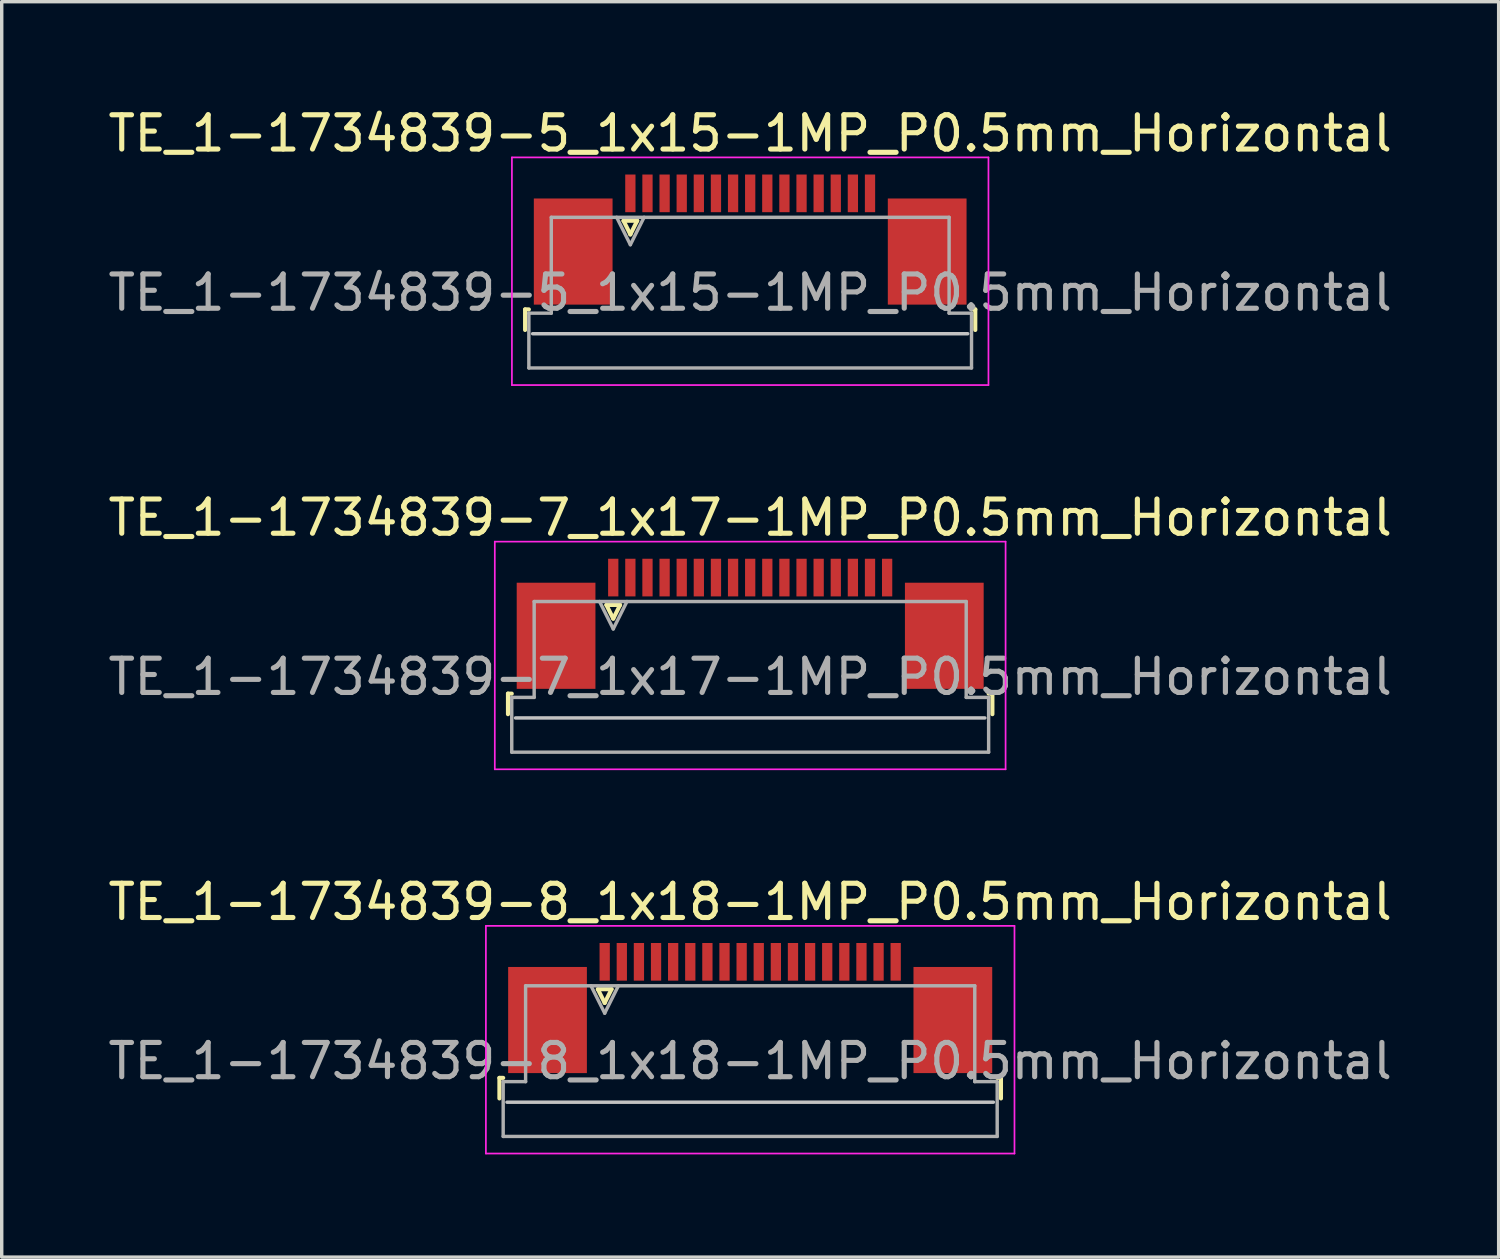
<source format=kicad_pcb>
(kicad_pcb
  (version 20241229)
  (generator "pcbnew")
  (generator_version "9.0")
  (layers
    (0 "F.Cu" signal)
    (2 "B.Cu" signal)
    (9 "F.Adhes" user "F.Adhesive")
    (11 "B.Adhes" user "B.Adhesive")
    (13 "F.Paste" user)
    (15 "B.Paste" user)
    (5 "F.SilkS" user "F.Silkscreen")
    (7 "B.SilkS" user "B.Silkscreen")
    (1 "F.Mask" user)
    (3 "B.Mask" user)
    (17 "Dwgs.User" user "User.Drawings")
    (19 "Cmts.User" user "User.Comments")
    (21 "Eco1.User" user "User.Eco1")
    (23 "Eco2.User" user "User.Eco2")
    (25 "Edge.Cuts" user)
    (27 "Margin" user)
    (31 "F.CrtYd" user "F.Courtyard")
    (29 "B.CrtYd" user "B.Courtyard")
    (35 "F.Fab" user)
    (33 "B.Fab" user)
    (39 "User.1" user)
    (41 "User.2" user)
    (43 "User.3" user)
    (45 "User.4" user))
  (footprint "TE_1-1734839-5_1x15-1MP_P0.5mm_Horizontal"
    (layer "F.Cu")
    (at 18.863 3.948)
    (property "Reference" "TE_1-1734839-5_1x15-1MP_P0.5mm_Horizontal" (at 0 -3.1 0) (layer "F.SilkS") (effects (font (size 1 1) (thickness 0.15))))
    (attr smd)
    (fp_line (start -6.575 2.04) (end -6.575 2.64) (stroke (width 0.12) (type solid)) (layer "F.SilkS"))
    (fp_line (start -6.465 2.04) (end -6.575 2.04) (stroke (width 0.12) (type solid)) (layer "F.SilkS"))
    (fp_line (start -3.7 -0.55) (end -3.5 -0.15) (stroke (width 0.12) (type solid)) (layer "F.SilkS"))
    (fp_line (start -3.5 -0.15) (end -3.3 -0.55) (stroke (width 0.12) (type solid)) (layer "F.SilkS"))
    (fp_line (start -3.3 -0.55) (end -3.7 -0.55) (stroke (width 0.12) (type solid)) (layer "F.SilkS"))
    (fp_line (start 6.465 2.04) (end 6.575 2.04) (stroke (width 0.12) (type solid)) (layer "F.SilkS"))
    (fp_line (start 6.575 2.04) (end 6.575 2.64) (stroke (width 0.12) (type solid)) (layer "F.SilkS"))
    (fp_line (start 6.355 2.75) (end -6.355 2.75) (stroke (width 0.1) (type solid)) (layer "Dwgs.User"))
    (fp_line (start -6.96 -2.4) (end -6.96 4.25) (stroke (width 0.05) (type solid)) (layer "F.CrtYd"))
    (fp_line (start -6.96 4.25) (end 6.96 4.25) (stroke (width 0.05) (type solid)) (layer "F.CrtYd"))
    (fp_line (start 6.96 -2.4) (end -6.96 -2.4) (stroke (width 0.05) (type solid)) (layer "F.CrtYd"))
    (fp_line (start 6.96 4.25) (end 6.96 -2.4) (stroke (width 0.05) (type solid)) (layer "F.CrtYd"))
    (fp_line (start -6.465 2.15) (end -5.81 2.15) (stroke (width 0.1) (type solid)) (layer "F.Fab"))
    (fp_line (start -6.465 3.75) (end -6.465 2.15) (stroke (width 0.1) (type solid)) (layer "F.Fab"))
    (fp_line (start -5.81 -0.65) (end 5.81 -0.65) (stroke (width 0.1) (type solid)) (layer "F.Fab"))
    (fp_line (start -5.81 2.15) (end -5.81 -0.65) (stroke (width 0.1) (type solid)) (layer "F.Fab"))
    (fp_line (start -3.9 -0.65) (end -3.5 0.15) (stroke (width 0.1) (type solid)) (layer "F.Fab"))
    (fp_line (start -3.5 0.15) (end -3.1 -0.65) (stroke (width 0.1) (type solid)) (layer "F.Fab"))
    (fp_line (start 5.81 -0.65) (end 5.81 2.15) (stroke (width 0.1) (type solid)) (layer "F.Fab"))
    (fp_line (start 5.81 2.15) (end 6.465 2.15) (stroke (width 0.1) (type solid)) (layer "F.Fab"))
    (fp_line (start 6.465 2.15) (end 6.465 3.75) (stroke (width 0.1) (type solid)) (layer "F.Fab"))
    (fp_line (start 6.465 3.75) (end -6.465 3.75) (stroke (width 0.1) (type solid)) (layer "F.Fab"))
    (fp_text user "${REFERENCE}" (at 0 1.55 0) (layer "F.Fab") (effects (font (size 1 1) (thickness 0.15))))
    (pad "1" smd rect (at -3.5 -1.35) (size 0.3 1.1) (layers "F.Cu" "F.Mask" "F.Paste"))
    (pad "2" smd rect (at -3 -1.35) (size 0.3 1.1) (layers "F.Cu" "F.Mask" "F.Paste"))
    (pad "3" smd rect (at -2.5 -1.35) (size 0.3 1.1) (layers "F.Cu" "F.Mask" "F.Paste"))
    (pad "4" smd rect (at -2 -1.35) (size 0.3 1.1) (layers "F.Cu" "F.Mask" "F.Paste"))
    (pad "5" smd rect (at -1.5 -1.35) (size 0.3 1.1) (layers "F.Cu" "F.Mask" "F.Paste"))
    (pad "6" smd rect (at -1 -1.35) (size 0.3 1.1) (layers "F.Cu" "F.Mask" "F.Paste"))
    (pad "7" smd rect (at -0.5 -1.35) (size 0.3 1.1) (layers "F.Cu" "F.Mask" "F.Paste"))
    (pad "8" smd rect (at 0 -1.35) (size 0.3 1.1) (layers "F.Cu" "F.Mask" "F.Paste"))
    (pad "9" smd rect (at 0.5 -1.35) (size 0.3 1.1) (layers "F.Cu" "F.Mask" "F.Paste"))
    (pad "10" smd rect (at 1 -1.35) (size 0.3 1.1) (layers "F.Cu" "F.Mask" "F.Paste"))
    (pad "11" smd rect (at 1.5 -1.35) (size 0.3 1.1) (layers "F.Cu" "F.Mask" "F.Paste"))
    (pad "12" smd rect (at 2 -1.35) (size 0.3 1.1) (layers "F.Cu" "F.Mask" "F.Paste"))
    (pad "13" smd rect (at 2.5 -1.35) (size 0.3 1.1) (layers "F.Cu" "F.Mask" "F.Paste"))
    (pad "14" smd rect (at 3 -1.35) (size 0.3 1.1) (layers "F.Cu" "F.Mask" "F.Paste"))
    (pad "15" smd rect (at 3.5 -1.35) (size 0.3 1.1) (layers "F.Cu" "F.Mask" "F.Paste"))
    (pad "MP" smd rect (at -5.17 0.35) (size 2.3 3.1) (layers "F.Cu" "F.Mask" "F.Paste"))
    (pad "MP" smd rect (at 5.17 0.35) (size 2.3 3.1) (layers "F.Cu" "F.Mask" "F.Paste")))
  (footprint "TE_1-1734839-8_1x18-1MP_P0.5mm_Horizontal"
    (layer "F.Cu")
    (at 18.863 26.395)
    (property "Reference" "TE_1-1734839-8_1x18-1MP_P0.5mm_Horizontal" (at 0 -3.1 0) (layer "F.SilkS") (effects (font (size 1 1) (thickness 0.15))))
    (attr smd)
    (fp_line (start -7.325 2.04) (end -7.325 2.64) (stroke (width 0.12) (type solid)) (layer "F.SilkS"))
    (fp_line (start -7.215 2.04) (end -7.325 2.04) (stroke (width 0.12) (type solid)) (layer "F.SilkS"))
    (fp_line (start -4.45 -0.55) (end -4.25 -0.15) (stroke (width 0.12) (type solid)) (layer "F.SilkS"))
    (fp_line (start -4.25 -0.15) (end -4.05 -0.55) (stroke (width 0.12) (type solid)) (layer "F.SilkS"))
    (fp_line (start -4.05 -0.55) (end -4.45 -0.55) (stroke (width 0.12) (type solid)) (layer "F.SilkS"))
    (fp_line (start 7.215 2.04) (end 7.325 2.04) (stroke (width 0.12) (type solid)) (layer "F.SilkS"))
    (fp_line (start 7.325 2.04) (end 7.325 2.64) (stroke (width 0.12) (type solid)) (layer "F.SilkS"))
    (fp_line (start 7.105 2.75) (end -7.105 2.75) (stroke (width 0.1) (type solid)) (layer "Dwgs.User"))
    (fp_line (start -7.72 -2.4) (end -7.72 4.25) (stroke (width 0.05) (type solid)) (layer "F.CrtYd"))
    (fp_line (start -7.72 4.25) (end 7.72 4.25) (stroke (width 0.05) (type solid)) (layer "F.CrtYd"))
    (fp_line (start 7.72 -2.4) (end -7.72 -2.4) (stroke (width 0.05) (type solid)) (layer "F.CrtYd"))
    (fp_line (start 7.72 4.25) (end 7.72 -2.4) (stroke (width 0.05) (type solid)) (layer "F.CrtYd"))
    (fp_line (start -7.215 2.15) (end -6.56 2.15) (stroke (width 0.1) (type solid)) (layer "F.Fab"))
    (fp_line (start -7.215 3.75) (end -7.215 2.15) (stroke (width 0.1) (type solid)) (layer "F.Fab"))
    (fp_line (start -6.56 -0.65) (end 6.56 -0.65) (stroke (width 0.1) (type solid)) (layer "F.Fab"))
    (fp_line (start -6.56 2.15) (end -6.56 -0.65) (stroke (width 0.1) (type solid)) (layer "F.Fab"))
    (fp_line (start -4.65 -0.65) (end -4.25 0.15) (stroke (width 0.1) (type solid)) (layer "F.Fab"))
    (fp_line (start -4.25 0.15) (end -3.85 -0.65) (stroke (width 0.1) (type solid)) (layer "F.Fab"))
    (fp_line (start 6.56 -0.65) (end 6.56 2.15) (stroke (width 0.1) (type solid)) (layer "F.Fab"))
    (fp_line (start 6.56 2.15) (end 7.215 2.15) (stroke (width 0.1) (type solid)) (layer "F.Fab"))
    (fp_line (start 7.215 2.15) (end 7.215 3.75) (stroke (width 0.1) (type solid)) (layer "F.Fab"))
    (fp_line (start 7.215 3.75) (end -7.215 3.75) (stroke (width 0.1) (type solid)) (layer "F.Fab"))
    (fp_text user "${REFERENCE}" (at 0 1.55 0) (layer "F.Fab") (effects (font (size 1 1) (thickness 0.15))))
    (pad "1" smd rect (at -4.25 -1.35) (size 0.3 1.1) (layers "F.Cu" "F.Mask" "F.Paste"))
    (pad "2" smd rect (at -3.75 -1.35) (size 0.3 1.1) (layers "F.Cu" "F.Mask" "F.Paste"))
    (pad "3" smd rect (at -3.25 -1.35) (size 0.3 1.1) (layers "F.Cu" "F.Mask" "F.Paste"))
    (pad "4" smd rect (at -2.75 -1.35) (size 0.3 1.1) (layers "F.Cu" "F.Mask" "F.Paste"))
    (pad "5" smd rect (at -2.25 -1.35) (size 0.3 1.1) (layers "F.Cu" "F.Mask" "F.Paste"))
    (pad "6" smd rect (at -1.75 -1.35) (size 0.3 1.1) (layers "F.Cu" "F.Mask" "F.Paste"))
    (pad "7" smd rect (at -1.25 -1.35) (size 0.3 1.1) (layers "F.Cu" "F.Mask" "F.Paste"))
    (pad "8" smd rect (at -0.75 -1.35) (size 0.3 1.1) (layers "F.Cu" "F.Mask" "F.Paste"))
    (pad "9" smd rect (at -0.25 -1.35) (size 0.3 1.1) (layers "F.Cu" "F.Mask" "F.Paste"))
    (pad "10" smd rect (at 0.25 -1.35) (size 0.3 1.1) (layers "F.Cu" "F.Mask" "F.Paste"))
    (pad "11" smd rect (at 0.75 -1.35) (size 0.3 1.1) (layers "F.Cu" "F.Mask" "F.Paste"))
    (pad "12" smd rect (at 1.25 -1.35) (size 0.3 1.1) (layers "F.Cu" "F.Mask" "F.Paste"))
    (pad "13" smd rect (at 1.75 -1.35) (size 0.3 1.1) (layers "F.Cu" "F.Mask" "F.Paste"))
    (pad "14" smd rect (at 2.25 -1.35) (size 0.3 1.1) (layers "F.Cu" "F.Mask" "F.Paste"))
    (pad "15" smd rect (at 2.75 -1.35) (size 0.3 1.1) (layers "F.Cu" "F.Mask" "F.Paste"))
    (pad "16" smd rect (at 3.25 -1.35) (size 0.3 1.1) (layers "F.Cu" "F.Mask" "F.Paste"))
    (pad "17" smd rect (at 3.75 -1.35) (size 0.3 1.1) (layers "F.Cu" "F.Mask" "F.Paste"))
    (pad "18" smd rect (at 4.25 -1.35) (size 0.3 1.1) (layers "F.Cu" "F.Mask" "F.Paste"))
    (pad "MP" smd rect (at -5.92 0.35) (size 2.3 3.1) (layers "F.Cu" "F.Mask" "F.Paste"))
    (pad "MP" smd rect (at 5.92 0.35) (size 2.3 3.1) (layers "F.Cu" "F.Mask" "F.Paste")))
  (footprint "TE_1-1734839-7_1x17-1MP_P0.5mm_Horizontal"
    (layer "F.Cu")
    (at 18.863 15.171)
    (property "Reference" "TE_1-1734839-7_1x17-1MP_P0.5mm_Horizontal" (at 0 -3.1 0) (layer "F.SilkS") (effects (font (size 1 1) (thickness 0.15))))
    (attr smd)
    (fp_line (start -7.075 2.04) (end -7.075 2.64) (stroke (width 0.12) (type solid)) (layer "F.SilkS"))
    (fp_line (start -6.965 2.04) (end -7.075 2.04) (stroke (width 0.12) (type solid)) (layer "F.SilkS"))
    (fp_line (start -4.2 -0.55) (end -4 -0.15) (stroke (width 0.12) (type solid)) (layer "F.SilkS"))
    (fp_line (start -4 -0.15) (end -3.8 -0.55) (stroke (width 0.12) (type solid)) (layer "F.SilkS"))
    (fp_line (start -3.8 -0.55) (end -4.2 -0.55) (stroke (width 0.12) (type solid)) (layer "F.SilkS"))
    (fp_line (start 6.965 2.04) (end 7.075 2.04) (stroke (width 0.12) (type solid)) (layer "F.SilkS"))
    (fp_line (start 7.075 2.04) (end 7.075 2.64) (stroke (width 0.12) (type solid)) (layer "F.SilkS"))
    (fp_line (start 6.855 2.75) (end -6.855 2.75) (stroke (width 0.1) (type solid)) (layer "Dwgs.User"))
    (fp_line (start -7.46 -2.4) (end -7.46 4.25) (stroke (width 0.05) (type solid)) (layer "F.CrtYd"))
    (fp_line (start -7.46 4.25) (end 7.46 4.25) (stroke (width 0.05) (type solid)) (layer "F.CrtYd"))
    (fp_line (start 7.46 -2.4) (end -7.46 -2.4) (stroke (width 0.05) (type solid)) (layer "F.CrtYd"))
    (fp_line (start 7.46 4.25) (end 7.46 -2.4) (stroke (width 0.05) (type solid)) (layer "F.CrtYd"))
    (fp_line (start -6.965 2.15) (end -6.31 2.15) (stroke (width 0.1) (type solid)) (layer "F.Fab"))
    (fp_line (start -6.965 3.75) (end -6.965 2.15) (stroke (width 0.1) (type solid)) (layer "F.Fab"))
    (fp_line (start -6.31 -0.65) (end 6.31 -0.65) (stroke (width 0.1) (type solid)) (layer "F.Fab"))
    (fp_line (start -6.31 2.15) (end -6.31 -0.65) (stroke (width 0.1) (type solid)) (layer "F.Fab"))
    (fp_line (start -4.4 -0.65) (end -4 0.15) (stroke (width 0.1) (type solid)) (layer "F.Fab"))
    (fp_line (start -4 0.15) (end -3.6 -0.65) (stroke (width 0.1) (type solid)) (layer "F.Fab"))
    (fp_line (start 6.31 -0.65) (end 6.31 2.15) (stroke (width 0.1) (type solid)) (layer "F.Fab"))
    (fp_line (start 6.31 2.15) (end 6.965 2.15) (stroke (width 0.1) (type solid)) (layer "F.Fab"))
    (fp_line (start 6.965 2.15) (end 6.965 3.75) (stroke (width 0.1) (type solid)) (layer "F.Fab"))
    (fp_line (start 6.965 3.75) (end -6.965 3.75) (stroke (width 0.1) (type solid)) (layer "F.Fab"))
    (fp_text user "${REFERENCE}" (at 0 1.55 0) (layer "F.Fab") (effects (font (size 1 1) (thickness 0.15))))
    (pad "1" smd rect (at -4 -1.35) (size 0.3 1.1) (layers "F.Cu" "F.Mask" "F.Paste"))
    (pad "2" smd rect (at -3.5 -1.35) (size 0.3 1.1) (layers "F.Cu" "F.Mask" "F.Paste"))
    (pad "3" smd rect (at -3 -1.35) (size 0.3 1.1) (layers "F.Cu" "F.Mask" "F.Paste"))
    (pad "4" smd rect (at -2.5 -1.35) (size 0.3 1.1) (layers "F.Cu" "F.Mask" "F.Paste"))
    (pad "5" smd rect (at -2 -1.35) (size 0.3 1.1) (layers "F.Cu" "F.Mask" "F.Paste"))
    (pad "6" smd rect (at -1.5 -1.35) (size 0.3 1.1) (layers "F.Cu" "F.Mask" "F.Paste"))
    (pad "7" smd rect (at -1 -1.35) (size 0.3 1.1) (layers "F.Cu" "F.Mask" "F.Paste"))
    (pad "8" smd rect (at -0.5 -1.35) (size 0.3 1.1) (layers "F.Cu" "F.Mask" "F.Paste"))
    (pad "9" smd rect (at 0 -1.35) (size 0.3 1.1) (layers "F.Cu" "F.Mask" "F.Paste"))
    (pad "10" smd rect (at 0.5 -1.35) (size 0.3 1.1) (layers "F.Cu" "F.Mask" "F.Paste"))
    (pad "11" smd rect (at 1 -1.35) (size 0.3 1.1) (layers "F.Cu" "F.Mask" "F.Paste"))
    (pad "12" smd rect (at 1.5 -1.35) (size 0.3 1.1) (layers "F.Cu" "F.Mask" "F.Paste"))
    (pad "13" smd rect (at 2 -1.35) (size 0.3 1.1) (layers "F.Cu" "F.Mask" "F.Paste"))
    (pad "14" smd rect (at 2.5 -1.35) (size 0.3 1.1) (layers "F.Cu" "F.Mask" "F.Paste"))
    (pad "15" smd rect (at 3 -1.35) (size 0.3 1.1) (layers "F.Cu" "F.Mask" "F.Paste"))
    (pad "16" smd rect (at 3.5 -1.35) (size 0.3 1.1) (layers "F.Cu" "F.Mask" "F.Paste"))
    (pad "17" smd rect (at 4 -1.35) (size 0.3 1.1) (layers "F.Cu" "F.Mask" "F.Paste"))
    (pad "MP" smd rect (at -5.67 0.35) (size 2.3 3.1) (layers "F.Cu" "F.Mask" "F.Paste"))
    (pad "MP" smd rect (at 5.67 0.35) (size 2.3 3.1) (layers "F.Cu" "F.Mask" "F.Paste")))
  (gr_rect
    (start -3 -3)
    (end 40.726 33.67)
    (stroke (width 0.1) (type default))
    (fill no)
    (layer "Edge.Cuts")))
</source>
